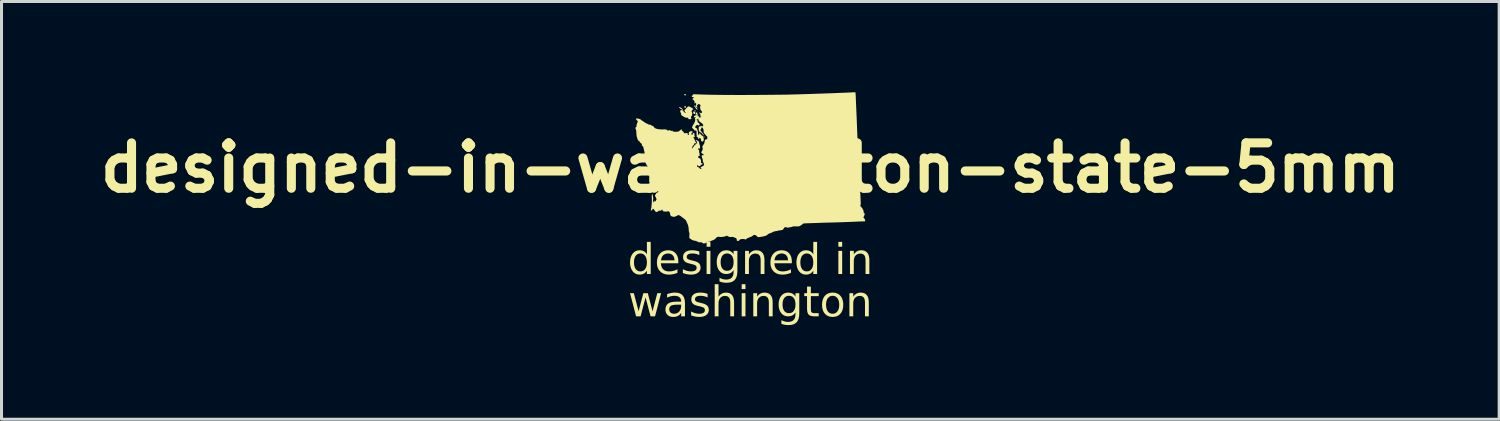
<source format=kicad_pcb>
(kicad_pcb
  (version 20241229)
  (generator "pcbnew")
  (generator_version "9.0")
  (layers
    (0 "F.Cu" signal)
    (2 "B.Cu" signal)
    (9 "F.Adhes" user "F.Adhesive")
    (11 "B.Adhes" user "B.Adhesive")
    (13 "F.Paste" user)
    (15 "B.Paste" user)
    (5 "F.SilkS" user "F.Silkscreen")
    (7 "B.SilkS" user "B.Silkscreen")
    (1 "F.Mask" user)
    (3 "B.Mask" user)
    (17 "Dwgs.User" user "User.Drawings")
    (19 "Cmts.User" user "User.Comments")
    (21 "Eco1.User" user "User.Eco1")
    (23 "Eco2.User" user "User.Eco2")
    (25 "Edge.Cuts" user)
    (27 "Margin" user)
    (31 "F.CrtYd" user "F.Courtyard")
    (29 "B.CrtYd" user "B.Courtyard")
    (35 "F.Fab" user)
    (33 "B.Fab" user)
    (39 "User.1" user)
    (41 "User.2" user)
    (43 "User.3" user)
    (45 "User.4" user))
  (footprint "designed-in-washington-state-5mm"
    (layer "F.Cu")
    (at 21.764 2.497)
    (property "Reference" "designed-in-washington-state-5mm" (at 0 0 0) (layer "F.SilkS") (effects (font (size 1.5 1.5) (thickness 0.3))))
    (attr board_only exclude_from_pos_files exclude_from_bom)
    (fp_poly (pts (xy -2.24 1.66) (xy -2.245 1.664) (xy -2.249 1.66) (xy -2.245 1.655)) (stroke (width 0) (type solid)) (fill yes) (layer "F.SilkS"))
    (fp_poly (pts (xy -2.149 1.742) (xy -2.153 1.746) (xy -2.158 1.742) (xy -2.153 1.737)) (stroke (width 0) (type solid)) (fill yes) (layer "F.SilkS"))
    (fp_poly (pts (xy -1.856 -1.495) (xy -1.861 -1.49) (xy -1.865 -1.495) (xy -1.861 -1.499)) (stroke (width 0) (type solid)) (fill yes) (layer "F.SilkS"))
    (fp_poly (pts (xy -1.756 -1.852) (xy -1.76 -1.847) (xy -1.765 -1.852) (xy -1.76 -1.856)) (stroke (width 0) (type solid)) (fill yes) (layer "F.SilkS"))
    (fp_poly (pts (xy -1.746 -2.053) (xy -1.751 -2.048) (xy -1.756 -2.053) (xy -1.751 -2.057)) (stroke (width 0) (type solid)) (fill yes) (layer "F.SilkS"))
    (fp_poly (pts (xy -1.71 -1.522) (xy -1.714 -1.518) (xy -1.719 -1.522) (xy -1.714 -1.527)) (stroke (width 0) (type solid)) (fill yes) (layer "F.SilkS"))
    (fp_poly (pts (xy -1.673 -1.724) (xy -1.678 -1.719) (xy -1.682 -1.724) (xy -1.678 -1.728)) (stroke (width 0) (type solid)) (fill yes) (layer "F.SilkS"))
    (fp_poly (pts (xy -1.628 -1.824) (xy -1.632 -1.82) (xy -1.637 -1.824) (xy -1.632 -1.829)) (stroke (width 0) (type solid)) (fill yes) (layer "F.SilkS"))
    (fp_poly (pts (xy -1.509 -1.028) (xy -1.502 -1.022) (xy -1.491 -1.007) (xy -1.495 -1.001) (xy -1.506 -1.003) (xy -1.516 -1.015) (xy -1.518 -1.022) (xy -1.516 -1.032)) (stroke (width 0) (type solid)) (fill yes) (layer "F.SilkS"))
    (fp_poly (pts (xy -1.816 -1.893) (xy -1.81 -1.884) (xy -1.807 -1.869) (xy -1.816 -1.865) (xy -1.837 -1.873) (xy -1.841 -1.876) (xy -1.852 -1.885) (xy -1.847 -1.893) (xy -1.846 -1.894) (xy -1.828 -1.901)) (stroke (width 0) (type solid)) (fill yes) (layer "F.SilkS"))
    (fp_poly (pts (xy -2.16 -2.434) (xy -2.134 -2.424) (xy -2.122 -2.406) (xy -2.121 -2.402) (xy -2.129 -2.398) (xy -2.149 -2.396) (xy -2.153 -2.396) (xy -2.175 -2.397) (xy -2.184 -2.405) (xy -2.185 -2.417) (xy -2.183 -2.432) (xy -2.171 -2.436)) (stroke (width 0) (type solid)) (fill yes) (layer "F.SilkS"))
    (fp_poly (pts (xy -2.138 -2.036) (xy -2.131 -2.021) (xy -2.13 -2.018) (xy -2.136 -1.995) (xy -2.149 -1.979) (xy -2.16 -1.975) (xy -2.166 -1.982) (xy -2.167 -1.989) (xy -2.174 -2.001) (xy -2.181 -2.002) (xy -2.193 -2.006) (xy -2.189 -2.017) (xy -2.178 -2.026) (xy -2.155 -2.038)) (stroke (width 0) (type solid)) (fill yes) (layer "F.SilkS"))
    (fp_poly (pts (xy -1.852 -1.865) (xy -1.84 -1.849) (xy -1.83 -1.831) (xy -1.824 -1.807) (xy -1.829 -1.792) (xy -1.844 -1.776) (xy -1.862 -1.777) (xy -1.879 -1.794) (xy -1.881 -1.799) (xy -1.891 -1.825) (xy -1.89 -1.842) (xy -1.877 -1.859) (xy -1.876 -1.859) (xy -1.863 -1.868)) (stroke (width 0) (type solid)) (fill yes) (layer "F.SilkS"))
    (fp_poly (pts (xy -2.335 -2.001) (xy -2.312 -1.993) (xy -2.286 -1.98) (xy -2.263 -1.963) (xy -2.249 -1.947) (xy -2.234 -1.924) (xy -2.231 -1.913) (xy -2.241 -1.912) (xy -2.263 -1.923) (xy -2.299 -1.945) (xy -2.303 -1.947) (xy -2.33 -1.966) (xy -2.35 -1.982) (xy -2.359 -1.992) (xy -2.359 -1.993) (xy -2.352 -2.002)) (stroke (width 0) (type solid)) (fill yes) (layer "F.SilkS"))
    (fp_poly (pts (xy -1.796 -1.842) (xy -1.782 -1.829) (xy -1.765 -1.81) (xy -1.748 -1.79) (xy -1.734 -1.771) (xy -1.728 -1.76) (xy -1.728 -1.759) (xy -1.731 -1.749) (xy -1.741 -1.755) (xy -1.759 -1.76) (xy -1.777 -1.756) (xy -1.795 -1.752) (xy -1.805 -1.754) (xy -1.806 -1.765) (xy -1.806 -1.787) (xy -1.805 -1.813) (xy -1.804 -1.835) (xy -1.802 -1.845)) (stroke (width 0) (type solid)) (fill yes) (layer "F.SilkS"))
    (fp_poly (pts (xy -1.823 -2.046) (xy -1.815 -2.032) (xy -1.796 -2.003) (xy -1.773 -1.976) (xy -1.772 -1.974) (xy -1.755 -1.953) (xy -1.747 -1.934) (xy -1.749 -1.922) (xy -1.755 -1.92) (xy -1.767 -1.926) (xy -1.784 -1.941) (xy -1.788 -1.944) (xy -1.807 -1.968) (xy -1.821 -1.993) (xy -1.821 -1.995) (xy -1.832 -2.013) (xy -1.844 -2.021) (xy -1.854 -2.028) (xy -1.854 -2.044) (xy -1.849 -2.062) (xy -1.838 -2.063)) (stroke (width 0) (type solid)) (fill yes) (layer "F.SilkS"))
    (fp_poly (pts (xy -2.022 -2.026) (xy -1.996 -2.015) (xy -1.96 -1.995) (xy -1.916 -1.966) (xy -1.881 -1.944) (xy -1.913 -1.916) (xy -1.936 -1.89) (xy -1.943 -1.865) (xy -1.933 -1.837) (xy -1.926 -1.825) (xy -1.916 -1.805) (xy -1.918 -1.791) (xy -1.921 -1.787) (xy -1.927 -1.768) (xy -1.926 -1.753) (xy -1.927 -1.732) (xy -1.944 -1.709) (xy -1.945 -1.708) (xy -1.961 -1.689) (xy -1.965 -1.675) (xy -1.959 -1.654) (xy -1.958 -1.65) (xy -1.951 -1.628) (xy -1.949 -1.615) (xy -1.949 -1.614) (xy -1.959 -1.611) (xy -1.981 -1.607) (xy -1.994 -1.605) (xy -2.02 -1.602) (xy -2.034 -1.604) (xy -2.04 -1.613) (xy -2.041 -1.618) (xy -2.05 -1.632) (xy -2.059 -1.635) (xy -2.068 -1.639) (xy -2.068 -1.649) (xy -2.069 -1.66) (xy -2.079 -1.658) (xy -2.083 -1.656) (xy -2.107 -1.652) (xy -2.14 -1.658) (xy -2.178 -1.673) (xy -2.216 -1.695) (xy -2.238 -1.709) (xy -2.254 -1.718) (xy -2.258 -1.719) (xy -2.267 -1.726) (xy -2.278 -1.744) (xy -2.288 -1.764) (xy -2.291 -1.779) (xy -2.291 -1.782) (xy -2.292 -1.794) (xy -2.295 -1.797) (xy -2.302 -1.809) (xy -2.304 -1.824) (xy -2.308 -1.842) (xy -2.315 -1.849) (xy -2.321 -1.859) (xy -2.319 -1.876) (xy -2.311 -1.893) (xy -2.298 -1.903) (xy -2.297 -1.904) (xy -2.271 -1.905) (xy -2.246 -1.902) (xy -2.228 -1.895) (xy -2.222 -1.887) (xy -2.215 -1.873) (xy -2.199 -1.853) (xy -2.179 -1.833) (xy -2.159 -1.818) (xy -2.144 -1.812) (xy -2.143 -1.812) (xy -2.131 -1.82) (xy -2.133 -1.829) (xy -2.149 -1.836) (xy -2.163 -1.843) (xy -2.163 -1.853) (xy -2.165 -1.87) (xy -2.173 -1.879) (xy -2.179 -1.883) (xy -2.182 -1.888) (xy -2.18 -1.896) (xy -2.171 -1.908) (xy -2.154 -1.927) (xy -2.127 -1.956) (xy -2.103 -1.982) (xy -2.08 -2.006) (xy -2.061 -2.021) (xy -2.042 -2.028)) (stroke (width 0) (type solid)) (fill yes) (layer "F.SilkS"))
    (fp_poly (pts (xy 3.478 -2.471) (xy 3.48 -2.453) (xy 3.482 -2.421) (xy 3.485 -2.378) (xy 3.487 -2.329) (xy 3.488 -2.309) (xy 3.49 -2.264) (xy 3.492 -2.204) (xy 3.495 -2.134) (xy 3.499 -2.057) (xy 3.502 -1.977) (xy 3.506 -1.896) (xy 3.506 -1.879) (xy 3.51 -1.79) (xy 3.515 -1.691) (xy 3.519 -1.588) (xy 3.523 -1.487) (xy 3.527 -1.393) (xy 3.529 -1.321) (xy 3.532 -1.245) (xy 3.536 -1.156) (xy 3.54 -1.058) (xy 3.545 -0.955) (xy 3.55 -0.853) (xy 3.555 -0.756) (xy 3.557 -0.713) (xy 3.562 -0.629) (xy 3.567 -0.531) (xy 3.572 -0.423) (xy 3.578 -0.308) (xy 3.584 -0.191) (xy 3.59 -0.075) (xy 3.595 0.035) (xy 3.598 0.087) (xy 3.603 0.189) (xy 3.608 0.296) (xy 3.614 0.404) (xy 3.619 0.51) (xy 3.624 0.611) (xy 3.629 0.702) (xy 3.633 0.781) (xy 3.635 0.823) (xy 3.64 0.921) (xy 3.644 1.002) (xy 3.647 1.068) (xy 3.649 1.12) (xy 3.65 1.161) (xy 3.65 1.192) (xy 3.649 1.214) (xy 3.648 1.229) (xy 3.645 1.238) (xy 3.642 1.244) (xy 3.641 1.245) (xy 3.631 1.261) (xy 3.637 1.272) (xy 3.653 1.28) (xy 3.671 1.293) (xy 3.676 1.307) (xy 3.683 1.324) (xy 3.694 1.33) (xy 3.709 1.344) (xy 3.712 1.358) (xy 3.715 1.375) (xy 3.72 1.381) (xy 3.73 1.389) (xy 3.739 1.408) (xy 3.745 1.432) (xy 3.746 1.453) (xy 3.746 1.456) (xy 3.747 1.477) (xy 3.764 1.501) (xy 3.788 1.526) (xy 3.77 1.574) (xy 3.759 1.603) (xy 3.746 1.626) (xy 3.74 1.634) (xy 3.732 1.643) (xy 3.739 1.649) (xy 3.746 1.651) (xy 3.762 1.663) (xy 3.778 1.69) (xy 3.793 1.732) (xy 3.799 1.753) (xy 3.801 1.764) (xy 3.797 1.77) (xy 3.784 1.773) (xy 3.757 1.774) (xy 3.742 1.774) (xy 3.713 1.774) (xy 3.67 1.776) (xy 3.617 1.778) (xy 3.558 1.78) (xy 3.497 1.783) (xy 3.411 1.787) (xy 3.309 1.791) (xy 3.196 1.795) (xy 3.075 1.8) (xy 2.948 1.804) (xy 2.821 1.808) (xy 2.695 1.811) (xy 2.574 1.814) (xy 2.556 1.815) (xy 2.489 1.816) (xy 2.424 1.818) (xy 2.364 1.82) (xy 2.313 1.822) (xy 2.276 1.823) (xy 2.263 1.824) (xy 2.232 1.826) (xy 2.187 1.827) (xy 2.131 1.829) (xy 2.068 1.831) (xy 2.002 1.833) (xy 1.97 1.834) (xy 1.901 1.836) (xy 1.847 1.838) (xy 1.807 1.84) (xy 1.778 1.842) (xy 1.759 1.845) (xy 1.747 1.849) (xy 1.739 1.853) (xy 1.737 1.856) (xy 1.723 1.869) (xy 1.698 1.887) (xy 1.67 1.907) (xy 1.649 1.92) (xy 1.632 1.93) (xy 1.615 1.936) (xy 1.594 1.939) (xy 1.567 1.94) (xy 1.529 1.94) (xy 1.476 1.939) (xy 1.471 1.938) (xy 1.438 1.939) (xy 1.411 1.943) (xy 1.4 1.947) (xy 1.381 1.954) (xy 1.351 1.961) (xy 1.329 1.966) (xy 1.294 1.972) (xy 1.262 1.977) (xy 1.247 1.98) (xy 1.21 1.979) (xy 1.19 1.971) (xy 1.165 1.962) (xy 1.144 1.966) (xy 1.124 1.983) (xy 1.101 2.015) (xy 1.086 2.037) (xy 1.073 2.05) (xy 1.056 2.058) (xy 1.028 2.063) (xy 1.011 2.066) (xy 0.966 2.073) (xy 0.918 2.082) (xy 0.887 2.089) (xy 0.853 2.096) (xy 0.824 2.101) (xy 0.808 2.103) (xy 0.791 2.107) (xy 0.763 2.118) (xy 0.732 2.133) (xy 0.73 2.134) (xy 0.695 2.151) (xy 0.661 2.165) (xy 0.637 2.172) (xy 0.6 2.187) (xy 0.569 2.212) (xy 0.549 2.229) (xy 0.527 2.242) (xy 0.498 2.253) (xy 0.456 2.264) (xy 0.453 2.265) (xy 0.407 2.275) (xy 0.36 2.284) (xy 0.319 2.29) (xy 0.311 2.291) (xy 0.251 2.297) (xy 0.213 2.259) (xy 0.176 2.231) (xy 0.143 2.221) (xy 0.109 2.228) (xy 0.08 2.248) (xy 0.054 2.267) (xy 0.028 2.282) (xy 0.023 2.284) (xy -0.03 2.303) (xy -0.069 2.319) (xy -0.096 2.332) (xy -0.116 2.344) (xy -0.129 2.355) (xy -0.147 2.371) (xy -0.159 2.374) (xy -0.174 2.368) (xy -0.176 2.367) (xy -0.198 2.36) (xy -0.231 2.357) (xy -0.269 2.358) (xy -0.306 2.363) (xy -0.336 2.371) (xy -0.35 2.379) (xy -0.362 2.395) (xy -0.366 2.404) (xy -0.374 2.411) (xy -0.392 2.418) (xy -0.415 2.421) (xy -0.434 2.421) (xy -0.438 2.419) (xy -0.445 2.406) (xy -0.448 2.384) (xy -0.448 2.384) (xy -0.454 2.354) (xy -0.467 2.332) (xy -0.485 2.322) (xy -0.486 2.322) (xy -0.502 2.318) (xy -0.526 2.308) (xy -0.535 2.303) (xy -0.561 2.293) (xy -0.586 2.288) (xy -0.62 2.289) (xy -0.628 2.29) (xy -0.663 2.292) (xy -0.689 2.289) (xy -0.715 2.28) (xy -0.73 2.272) (xy -0.774 2.249) (xy -0.824 2.266) (xy -0.878 2.281) (xy -0.934 2.289) (xy -0.985 2.291) (xy -1.023 2.286) (xy -1.066 2.283) (xy -1.104 2.295) (xy -1.134 2.321) (xy -1.141 2.331) (xy -1.157 2.352) (xy -1.174 2.364) (xy -1.175 2.365) (xy -1.197 2.375) (xy -1.207 2.382) (xy -1.224 2.392) (xy -1.25 2.402) (xy -1.257 2.404) (xy -1.289 2.415) (xy -1.318 2.43) (xy -1.321 2.432) (xy -1.354 2.446) (xy -1.387 2.45) (xy -1.412 2.452) (xy -1.429 2.458) (xy -1.431 2.46) (xy -1.445 2.472) (xy -1.47 2.486) (xy -1.498 2.497) (xy -1.522 2.504) (xy -1.529 2.505) (xy -1.555 2.501) (xy -1.568 2.497) (xy -1.59 2.483) (xy -1.599 2.474) (xy -1.612 2.465) (xy -1.631 2.463) (xy -1.656 2.465) (xy -1.689 2.467) (xy -1.711 2.462) (xy -1.713 2.461) (xy -1.732 2.45) (xy -1.761 2.437) (xy -1.796 2.425) (xy -1.83 2.414) (xy -1.858 2.408) (xy -1.872 2.407) (xy -1.888 2.408) (xy -1.893 2.403) (xy -1.9 2.396) (xy -1.904 2.395) (xy -1.917 2.39) (xy -1.94 2.378) (xy -1.967 2.361) (xy -1.993 2.344) (xy -2.01 2.331) (xy -2.016 2.321) (xy -2.018 2.302) (xy -2.018 2.27) (xy -2.016 2.239) (xy -2.013 2.197) (xy -2.013 2.168) (xy -2.017 2.151) (xy -2.022 2.143) (xy -2.029 2.125) (xy -2.034 2.095) (xy -2.036 2.072) (xy -2.042 1.981) (xy -2.058 1.906) (xy -2.082 1.847) (xy -2.098 1.815) (xy -2.111 1.785) (xy -2.116 1.768) (xy -2.128 1.742) (xy -2.146 1.722) (xy -2.167 1.706) (xy -2.194 1.685) (xy -2.209 1.673) (xy -2.261 1.632) (xy -2.302 1.602) (xy -2.334 1.582) (xy -2.359 1.571) (xy -2.379 1.567) (xy -2.397 1.57) (xy -2.398 1.57) (xy -2.417 1.579) (xy -2.425 1.589) (xy -2.425 1.59) (xy -2.428 1.597) (xy -2.432 1.596) (xy -2.445 1.596) (xy -2.466 1.605) (xy -2.471 1.608) (xy -2.495 1.619) (xy -2.522 1.622) (xy -2.551 1.621) (xy -2.598 1.611) (xy -2.63 1.591) (xy -2.648 1.56) (xy -2.652 1.53) (xy -2.656 1.497) (xy -2.671 1.47) (xy -2.678 1.461) (xy -2.696 1.443) (xy -2.709 1.437) (xy -2.724 1.441) (xy -2.727 1.442) (xy -2.749 1.447) (xy -2.783 1.449) (xy -2.821 1.449) (xy -2.856 1.446) (xy -2.878 1.441) (xy -2.895 1.427) (xy -2.898 1.413) (xy -2.904 1.394) (xy -2.912 1.386) (xy -2.924 1.386) (xy -2.926 1.389) (xy -2.933 1.399) (xy -2.949 1.412) (xy -2.95 1.413) (xy -2.973 1.423) (xy -2.994 1.419) (xy -3.008 1.416) (xy -3.024 1.422) (xy -3.047 1.439) (xy -3.049 1.44) (xy -3.078 1.46) (xy -3.1 1.465) (xy -3.103 1.465) (xy -3.122 1.457) (xy -3.141 1.445) (xy -3.155 1.433) (xy -3.159 1.425) (xy -3.158 1.424) (xy -3.161 1.416) (xy -3.168 1.408) (xy -3.18 1.393) (xy -3.182 1.386) (xy -3.189 1.374) (xy -3.204 1.364) (xy -3.22 1.359) (xy -3.23 1.366) (xy -3.237 1.38) (xy -3.25 1.399) (xy -3.268 1.412) (xy -3.285 1.415) (xy -3.291 1.412) (xy -3.291 1.401) (xy -3.287 1.379) (xy -3.284 1.364) (xy -3.275 1.324) (xy -3.268 1.27) (xy -3.263 1.207) (xy -3.259 1.141) (xy -3.257 1.076) (xy -3.258 1.017) (xy -3.259 1.004) (xy -3.261 0.952) (xy -3.261 0.916) (xy -3.258 0.893) (xy -3.251 0.881) (xy -3.241 0.878) (xy -3.241 0.878) (xy -3.229 0.884) (xy -3.223 0.898) (xy -3.227 0.91) (xy -3.228 0.91) (xy -3.23 0.921) (xy -3.223 0.942) (xy -3.223 0.942) (xy -3.216 0.96) (xy -3.213 0.983) (xy -3.213 1.016) (xy -3.215 1.056) (xy -3.218 1.097) (xy -3.218 1.122) (xy -3.216 1.136) (xy -3.211 1.142) (xy -3.206 1.143) (xy -3.194 1.14) (xy -3.192 1.136) (xy -3.193 1.111) (xy -3.188 1.095) (xy -3.18 1.089) (xy -3.171 1.098) (xy -3.168 1.106) (xy -3.162 1.12) (xy -3.153 1.122) (xy -3.14 1.109) (xy -3.125 1.088) (xy -3.106 1.055) (xy -3.1 1.033) (xy -3.108 1.02) (xy -3.109 1.019) (xy -3.116 1.007) (xy -3.118 0.996) (xy -3.124 0.977) (xy -3.136 0.962) (xy -3.15 0.942) (xy -3.154 0.922) (xy -3.147 0.897) (xy -3.136 0.887) (xy -3.121 0.872) (xy -3.118 0.859) (xy -3.111 0.841) (xy -3.102 0.835) (xy -3.083 0.825) (xy -3.061 0.811) (xy -3.061 0.811) (xy -3.036 0.792) (xy -3.059 0.771) (xy -3.08 0.755) (xy -3.094 0.75) (xy -3.098 0.759) (xy -3.097 0.761) (xy -3.102 0.771) (xy -3.118 0.775) (xy -3.135 0.774) (xy -3.147 0.767) (xy -3.153 0.763) (xy -3.152 0.776) (xy -3.152 0.78) (xy -3.151 0.796) (xy -3.157 0.802) (xy -3.176 0.802) (xy -3.18 0.801) (xy -3.205 0.795) (xy -3.222 0.785) (xy -3.223 0.783) (xy -3.238 0.77) (xy -3.246 0.766) (xy -3.265 0.758) (xy -3.277 0.739) (xy -3.282 0.709) (xy -3.283 0.684) (xy -3.285 0.642) (xy -3.291 0.595) (xy -3.297 0.568) (xy -3.304 0.53) (xy -3.304 0.508) (xy -3.301 0.499) (xy -3.286 0.494) (xy -3.271 0.504) (xy -3.26 0.523) (xy -3.257 0.538) (xy -3.251 0.56) (xy -3.243 0.566) (xy -3.235 0.555) (xy -3.232 0.546) (xy -3.218 0.525) (xy -3.191 0.505) (xy -3.155 0.489) (xy -3.132 0.483) (xy -3.1 0.476) (xy -3.07 0.468) (xy -3.068 0.467) (xy -3.05 0.459) (xy -3.047 0.452) (xy -3.058 0.443) (xy -3.058 0.443) (xy -3.079 0.432) (xy -3.092 0.43) (xy -3.115 0.425) (xy -3.125 0.421) (xy -3.146 0.413) (xy -3.166 0.407) (xy -3.184 0.401) (xy -3.188 0.389) (xy -3.186 0.384) (xy -3.188 0.362) (xy -3.204 0.342) (xy -3.229 0.327) (xy -3.259 0.32) (xy -3.263 0.32) (xy -3.292 0.324) (xy -3.304 0.334) (xy -3.305 0.349) (xy -3.303 0.376) (xy -3.299 0.406) (xy -3.293 0.432) (xy -3.287 0.447) (xy -3.292 0.455) (xy -3.309 0.466) (xy -3.314 0.469) (xy -3.345 0.483) (xy -3.34 0.377) (xy -3.339 0.293) (xy -3.344 0.207) (xy -3.356 0.115) (xy -3.371 0.03) (xy -3.38 -0.011) (xy -3.389 -0.037) (xy -3.399 -0.053) (xy -3.406 -0.059) (xy -3.424 -0.078) (xy -3.433 -0.097) (xy -3.442 -0.119) (xy -3.452 -0.132) (xy -3.458 -0.143) (xy -3.464 -0.168) (xy -3.469 -0.207) (xy -3.474 -0.263) (xy -3.474 -0.27) (xy -3.48 -0.349) (xy -3.487 -0.415) (xy -3.494 -0.473) (xy -3.504 -0.527) (xy -3.515 -0.583) (xy -3.531 -0.645) (xy -3.539 -0.679) (xy -3.554 -0.71) (xy -3.571 -0.724) (xy -3.585 -0.734) (xy -3.588 -0.742) (xy -3.585 -0.758) (xy -3.589 -0.779) (xy -3.597 -0.797) (xy -3.607 -0.805) (xy -3.62 -0.811) (xy -3.636 -0.826) (xy -3.652 -0.844) (xy -3.662 -0.86) (xy -3.662 -0.868) (xy -3.667 -0.876) (xy -3.683 -0.887) (xy -3.688 -0.889) (xy -3.709 -0.902) (xy -3.721 -0.921) (xy -3.73 -0.948) (xy -3.738 -0.975) (xy -3.745 -0.996) (xy -3.748 -1.001) (xy -3.753 -1.015) (xy -3.758 -1.042) (xy -3.763 -1.079) (xy -3.767 -1.121) (xy -3.77 -1.163) (xy -3.771 -1.193) (xy -3.775 -1.23) (xy -3.785 -1.267) (xy -3.789 -1.278) (xy -3.806 -1.317) (xy -3.781 -1.34) (xy -3.765 -1.359) (xy -3.761 -1.377) (xy -3.763 -1.39) (xy -3.764 -1.413) (xy -3.76 -1.429) (xy -3.753 -1.444) (xy -3.743 -1.469) (xy -3.736 -1.488) (xy -3.721 -1.536) (xy -3.753 -1.57) (xy -3.776 -1.597) (xy -3.783 -1.616) (xy -3.774 -1.626) (xy -3.749 -1.629) (xy -3.74 -1.629) (xy -3.712 -1.625) (xy -3.692 -1.62) (xy -3.688 -1.617) (xy -3.671 -1.613) (xy -3.664 -1.614) (xy -3.65 -1.612) (xy -3.645 -1.605) (xy -3.636 -1.595) (xy -3.63 -1.595) (xy -3.619 -1.593) (xy -3.61 -1.582) (xy -3.598 -1.568) (xy -3.59 -1.563) (xy -3.58 -1.558) (xy -3.558 -1.545) (xy -3.53 -1.526) (xy -3.519 -1.518) (xy -3.49 -1.497) (xy -3.466 -1.481) (xy -3.452 -1.473) (xy -3.45 -1.472) (xy -3.436 -1.468) (xy -3.414 -1.458) (xy -3.389 -1.445) (xy -3.369 -1.433) (xy -3.359 -1.425) (xy -3.349 -1.422) (xy -3.342 -1.426) (xy -3.33 -1.429) (xy -3.311 -1.423) (xy -3.281 -1.407) (xy -3.251 -1.39) (xy -3.225 -1.377) (xy -3.212 -1.371) (xy -3.196 -1.361) (xy -3.191 -1.352) (xy -3.184 -1.337) (xy -3.165 -1.32) (xy -3.141 -1.303) (xy -3.127 -1.297) (xy -3.082 -1.283) (xy -3.025 -1.273) (xy -2.963 -1.267) (xy -2.904 -1.266) (xy -2.879 -1.267) (xy -2.825 -1.269) (xy -2.787 -1.264) (xy -2.762 -1.254) (xy -2.752 -1.243) (xy -2.739 -1.234) (xy -2.72 -1.23) (xy -2.705 -1.232) (xy -2.702 -1.234) (xy -2.687 -1.243) (xy -2.665 -1.241) (xy -2.644 -1.231) (xy -2.641 -1.229) (xy -2.619 -1.218) (xy -2.599 -1.22) (xy -2.576 -1.224) (xy -2.567 -1.22) (xy -2.567 -1.21) (xy -2.561 -1.2) (xy -2.537 -1.193) (xy -2.495 -1.19) (xy -2.447 -1.19) (xy -2.411 -1.192) (xy -2.386 -1.195) (xy -2.368 -1.202) (xy -2.35 -1.216) (xy -2.332 -1.231) (xy -2.306 -1.252) (xy -2.284 -1.266) (xy -2.272 -1.271) (xy -2.261 -1.268) (xy -2.266 -1.259) (xy -2.267 -1.258) (xy -2.272 -1.246) (xy -2.265 -1.234) (xy -2.252 -1.221) (xy -2.234 -1.206) (xy -2.222 -1.198) (xy -2.221 -1.198) (xy -2.213 -1.19) (xy -2.203 -1.172) (xy -2.199 -1.165) (xy -2.187 -1.144) (xy -2.175 -1.138) (xy -2.168 -1.139) (xy -2.15 -1.144) (xy -2.123 -1.147) (xy -2.112 -1.147) (xy -2.087 -1.147) (xy -2.075 -1.143) (xy -2.073 -1.132) (xy -2.074 -1.122) (xy -2.072 -1.101) (xy -2.058 -1.09) (xy -2.056 -1.089) (xy -2.035 -1.085) (xy -2.025 -1.088) (xy -2.027 -1.098) (xy -2.029 -1.1) (xy -2.036 -1.116) (xy -2.039 -1.139) (xy -2.039 -1.14) (xy -2.031 -1.169) (xy -2.007 -1.192) (xy -1.973 -1.206) (xy -1.95 -1.209) (xy -1.927 -1.209) (xy -1.917 -1.203) (xy -1.913 -1.188) (xy -1.913 -1.186) (xy -1.913 -1.168) (xy -1.917 -1.161) (xy -1.93 -1.156) (xy -1.941 -1.148) (xy -1.952 -1.138) (xy -1.952 -1.127) (xy -1.943 -1.107) (xy -1.93 -1.088) (xy -1.919 -1.079) (xy -1.913 -1.084) (xy -1.914 -1.098) (xy -1.911 -1.119) (xy -1.897 -1.139) (xy -1.876 -1.151) (xy -1.868 -1.152) (xy -1.855 -1.145) (xy -1.851 -1.127) (xy -1.849 -1.102) (xy -1.845 -1.07) (xy -1.843 -1.058) (xy -1.839 -1.032) (xy -1.84 -1.02) (xy -1.848 -1.015) (xy -1.86 -1.015) (xy -1.877 -1.012) (xy -1.884 -1.007) (xy -1.878 -0.985) (xy -1.865 -0.971) (xy -1.859 -0.969) (xy -1.849 -0.964) (xy -1.848 -0.946) (xy -1.849 -0.942) (xy -1.849 -0.92) (xy -1.841 -0.914) (xy -1.828 -0.907) (xy -1.82 -0.896) (xy -1.815 -0.881) (xy -1.819 -0.878) (xy -1.824 -0.871) (xy -1.823 -0.864) (xy -1.81 -0.852) (xy -1.8 -0.85) (xy -1.786 -0.847) (xy -1.786 -0.836) (xy -1.796 -0.82) (xy -1.815 -0.807) (xy -1.832 -0.808) (xy -1.848 -0.81) (xy -1.853 -0.8) (xy -1.854 -0.789) (xy -1.861 -0.765) (xy -1.883 -0.74) (xy -1.888 -0.736) (xy -1.907 -0.717) (xy -1.918 -0.7) (xy -1.919 -0.694) (xy -1.921 -0.675) (xy -1.924 -0.665) (xy -1.926 -0.646) (xy -1.922 -0.638) (xy -1.913 -0.636) (xy -1.906 -0.651) (xy -1.906 -0.653) (xy -1.896 -0.675) (xy -1.885 -0.688) (xy -1.87 -0.704) (xy -1.856 -0.726) (xy -1.84 -0.747) (xy -1.823 -0.761) (xy -1.805 -0.775) (xy -1.798 -0.787) (xy -1.786 -0.802) (xy -1.774 -0.805) (xy -1.759 -0.808) (xy -1.758 -0.821) (xy -1.759 -0.825) (xy -1.763 -0.846) (xy -1.765 -0.857) (xy -1.771 -0.871) (xy -1.785 -0.887) (xy -1.798 -0.902) (xy -1.797 -0.913) (xy -1.793 -0.917) (xy -1.782 -0.923) (xy -1.773 -0.912) (xy -1.773 -0.912) (xy -1.762 -0.901) (xy -1.755 -0.901) (xy -1.747 -0.9) (xy -1.746 -0.897) (xy -1.739 -0.888) (xy -1.73 -0.887) (xy -1.713 -0.879) (xy -1.7 -0.857) (xy -1.692 -0.828) (xy -1.691 -0.816) (xy -1.687 -0.789) (xy -1.678 -0.765) (xy -1.668 -0.738) (xy -1.665 -0.715) (xy -1.664 -0.686) (xy -1.662 -0.663) (xy -1.662 -0.645) (xy -1.668 -0.638) (xy -1.687 -0.636) (xy -1.694 -0.637) (xy -1.717 -0.636) (xy -1.726 -0.631) (xy -1.727 -0.617) (xy -1.726 -0.614) (xy -1.72 -0.595) (xy -1.706 -0.591) (xy -1.696 -0.59) (xy -1.692 -0.581) (xy -1.693 -0.56) (xy -1.694 -0.548) (xy -1.694 -0.513) (xy -1.687 -0.494) (xy -1.686 -0.493) (xy -1.678 -0.475) (xy -1.679 -0.456) (xy -1.68 -0.433) (xy -1.674 -0.417) (xy -1.669 -0.403) (xy -1.68 -0.394) (xy -1.689 -0.393) (xy -1.709 -0.385) (xy -1.724 -0.367) (xy -1.728 -0.35) (xy -1.72 -0.335) (xy -1.695 -0.319) (xy -1.687 -0.316) (xy -1.661 -0.303) (xy -1.648 -0.29) (xy -1.646 -0.277) (xy -1.642 -0.261) (xy -1.635 -0.256) (xy -1.63 -0.248) (xy -1.63 -0.225) (xy -1.631 -0.212) (xy -1.633 -0.179) (xy -1.626 -0.159) (xy -1.608 -0.148) (xy -1.596 -0.145) (xy -1.579 -0.137) (xy -1.578 -0.126) (xy -1.593 -0.113) (xy -1.6 -0.11) (xy -1.623 -0.097) (xy -1.639 -0.083) (xy -1.66 -0.064) (xy -1.686 -0.05) (xy -1.705 -0.046) (xy -1.718 -0.053) (xy -1.729 -0.071) (xy -1.739 -0.096) (xy -1.751 -0.073) (xy -1.763 -0.047) (xy -1.761 -0.032) (xy -1.748 -0.029) (xy -1.731 -0.025) (xy -1.706 -0.008) (xy -1.687 0.008) (xy -1.664 0.029) (xy -1.649 0.039) (xy -1.639 0.04) (xy -1.629 0.034) (xy -1.627 0.031) (xy -1.615 0.019) (xy -1.617 0.012) (xy -1.633 0.005) (xy -1.649 -0.003) (xy -1.65 -0.01) (xy -1.64 -0.019) (xy -1.621 -0.031) (xy -1.594 -0.045) (xy -1.58 -0.051) (xy -1.553 -0.064) (xy -1.538 -0.079) (xy -1.534 -0.099) (xy -1.539 -0.13) (xy -1.547 -0.16) (xy -1.557 -0.185) (xy -1.568 -0.204) (xy -1.571 -0.206) (xy -1.579 -0.217) (xy -1.575 -0.231) (xy -1.572 -0.236) (xy -1.565 -0.253) (xy -1.571 -0.267) (xy -1.574 -0.272) (xy -1.584 -0.291) (xy -1.593 -0.319) (xy -1.595 -0.329) (xy -1.601 -0.356) (xy -1.608 -0.377) (xy -1.611 -0.382) (xy -1.613 -0.395) (xy -1.603 -0.408) (xy -1.585 -0.415) (xy -1.567 -0.415) (xy -1.549 -0.415) (xy -1.541 -0.419) (xy -1.543 -0.431) (xy -1.555 -0.447) (xy -1.572 -0.46) (xy -1.587 -0.466) (xy -1.587 -0.466) (xy -1.599 -0.473) (xy -1.613 -0.489) (xy -1.621 -0.504) (xy -1.622 -0.516) (xy -1.614 -0.532) (xy -1.6 -0.553) (xy -1.582 -0.587) (xy -1.573 -0.621) (xy -1.574 -0.649) (xy -1.582 -0.664) (xy -1.588 -0.682) (xy -1.583 -0.707) (xy -1.57 -0.735) (xy -1.553 -0.758) (xy -1.529 -0.793) (xy -1.517 -0.834) (xy -1.509 -0.877) (xy -1.503 -0.905) (xy -1.497 -0.922) (xy -1.492 -0.93) (xy -1.486 -0.932) (xy -1.481 -0.933) (xy -1.459 -0.936) (xy -1.443 -0.942) (xy -1.429 -0.952) (xy -1.423 -0.968) (xy -1.422 -0.992) (xy -1.424 -1.021) (xy -1.433 -1.038) (xy -1.445 -1.048) (xy -1.464 -1.064) (xy -1.476 -1.077) (xy -1.486 -1.092) (xy -1.504 -1.113) (xy -1.514 -1.125) (xy -1.532 -1.146) (xy -1.541 -1.165) (xy -1.545 -1.19) (xy -1.545 -1.214) (xy -1.547 -1.245) (xy -1.55 -1.267) (xy -1.554 -1.275) (xy -1.562 -1.288) (xy -1.563 -1.299) (xy -1.572 -1.317) (xy -1.587 -1.326) (xy -1.611 -1.331) (xy -1.622 -1.324) (xy -1.621 -1.306) (xy -1.623 -1.286) (xy -1.637 -1.271) (xy -1.659 -1.254) (xy -1.635 -1.218) (xy -1.614 -1.189) (xy -1.592 -1.162) (xy -1.586 -1.155) (xy -1.565 -1.13) (xy -1.549 -1.104) (xy -1.54 -1.083) (xy -1.541 -1.071) (xy -1.55 -1.073) (xy -1.562 -1.087) (xy -1.585 -1.116) (xy -1.61 -1.143) (xy -1.633 -1.163) (xy -1.651 -1.174) (xy -1.658 -1.174) (xy -1.673 -1.177) (xy -1.686 -1.194) (xy -1.697 -1.221) (xy -1.705 -1.253) (xy -1.709 -1.288) (xy -1.709 -1.32) (xy -1.702 -1.346) (xy -1.695 -1.357) (xy -1.677 -1.367) (xy -1.664 -1.367) (xy -1.648 -1.369) (xy -1.642 -1.377) (xy -1.637 -1.386) (xy -1.627 -1.385) (xy -1.614 -1.377) (xy -1.593 -1.365) (xy -1.579 -1.366) (xy -1.569 -1.381) (xy -1.565 -1.389) (xy -1.558 -1.409) (xy -1.561 -1.425) (xy -1.574 -1.444) (xy -1.59 -1.462) (xy -1.604 -1.472) (xy -1.606 -1.472) (xy -1.62 -1.479) (xy -1.63 -1.49) (xy -1.642 -1.505) (xy -1.651 -1.509) (xy -1.67 -1.517) (xy -1.69 -1.537) (xy -1.707 -1.564) (xy -1.718 -1.592) (xy -1.719 -1.604) (xy -1.722 -1.623) (xy -1.728 -1.632) (xy -1.736 -1.63) (xy -1.737 -1.624) (xy -1.744 -1.608) (xy -1.753 -1.601) (xy -1.764 -1.592) (xy -1.758 -1.581) (xy -1.758 -1.581) (xy -1.75 -1.564) (xy -1.746 -1.539) (xy -1.746 -1.536) (xy -1.743 -1.511) (xy -1.731 -1.497) (xy -1.726 -1.495) (xy -1.708 -1.481) (xy -1.69 -1.459) (xy -1.689 -1.456) (xy -1.678 -1.434) (xy -1.678 -1.419) (xy -1.683 -1.412) (xy -1.7 -1.401) (xy -1.72 -1.4) (xy -1.733 -1.408) (xy -1.745 -1.415) (xy -1.761 -1.417) (xy -1.778 -1.413) (xy -1.783 -1.399) (xy -1.789 -1.384) (xy -1.796 -1.381) (xy -1.811 -1.373) (xy -1.823 -1.355) (xy -1.829 -1.336) (xy -1.821 -1.328) (xy -1.811 -1.326) (xy -1.793 -1.319) (xy -1.775 -1.303) (xy -1.775 -1.302) (xy -1.762 -1.28) (xy -1.749 -1.249) (xy -1.738 -1.215) (xy -1.732 -1.186) (xy -1.732 -1.165) (xy -1.732 -1.164) (xy -1.734 -1.144) (xy -1.729 -1.119) (xy -1.72 -1.096) (xy -1.71 -1.081) (xy -1.704 -1.079) (xy -1.695 -1.083) (xy -1.693 -1.097) (xy -1.695 -1.111) (xy -1.697 -1.134) (xy -1.691 -1.142) (xy -1.676 -1.136) (xy -1.652 -1.115) (xy -1.635 -1.097) (xy -1.611 -1.074) (xy -1.589 -1.058) (xy -1.574 -1.051) (xy -1.565 -1.05) (xy -1.559 -1.044) (xy -1.554 -1.031) (xy -1.549 -1.007) (xy -1.543 -0.969) (xy -1.539 -0.948) (xy -1.538 -0.919) (xy -1.545 -0.905) (xy -1.555 -0.891) (xy -1.558 -0.881) (xy -1.565 -0.869) (xy -1.583 -0.866) (xy -1.587 -0.867) (xy -1.616 -0.876) (xy -1.63 -0.896) (xy -1.63 -0.919) (xy -1.633 -0.946) (xy -1.646 -0.965) (xy -1.667 -0.987) (xy -1.689 -0.969) (xy -1.712 -0.954) (xy -1.724 -0.954) (xy -1.727 -0.968) (xy -1.726 -0.974) (xy -1.726 -0.993) (xy -1.739 -1.006) (xy -1.747 -1.011) (xy -1.771 -1.026) (xy -1.78 -1.041) (xy -1.775 -1.059) (xy -1.774 -1.06) (xy -1.769 -1.077) (xy -1.774 -1.084) (xy -1.779 -1.097) (xy -1.779 -1.125) (xy -1.778 -1.142) (xy -1.776 -1.187) (xy -1.782 -1.216) (xy -1.797 -1.23) (xy -1.819 -1.23) (xy -1.839 -1.228) (xy -1.849 -1.237) (xy -1.851 -1.242) (xy -1.861 -1.257) (xy -1.881 -1.278) (xy -1.893 -1.288) (xy -1.914 -1.307) (xy -1.927 -1.322) (xy -1.929 -1.328) (xy -1.925 -1.344) (xy -1.914 -1.37) (xy -1.898 -1.403) (xy -1.88 -1.437) (xy -1.862 -1.468) (xy -1.855 -1.478) (xy -1.839 -1.506) (xy -1.83 -1.533) (xy -1.829 -1.543) (xy -1.825 -1.566) (xy -1.818 -1.58) (xy -1.813 -1.587) (xy -1.797 -1.587) (xy -1.797 -1.582) (xy -1.789 -1.573) (xy -1.788 -1.573) (xy -1.78 -1.579) (xy -1.778 -1.582) (xy -1.781 -1.59) (xy -1.788 -1.591) (xy -1.797 -1.587) (xy -1.813 -1.587) (xy -1.812 -1.589) (xy -1.817 -1.591) (xy -1.829 -1.598) (xy -1.834 -1.615) (xy -1.831 -1.632) (xy -1.824 -1.64) (xy -1.814 -1.656) (xy -1.815 -1.667) (xy -1.826 -1.679) (xy -1.839 -1.681) (xy -1.847 -1.672) (xy -1.847 -1.669) (xy -1.852 -1.656) (xy -1.856 -1.655) (xy -1.863 -1.662) (xy -1.865 -1.68) (xy -1.859 -1.702) (xy -1.856 -1.71) (xy -1.84 -1.725) (xy -1.828 -1.728) (xy -1.804 -1.732) (xy -1.791 -1.738) (xy -1.766 -1.742) (xy -1.739 -1.732) (xy -1.718 -1.712) (xy -1.709 -1.695) (xy -1.695 -1.67) (xy -1.671 -1.66) (xy -1.652 -1.662) (xy -1.64 -1.671) (xy -1.641 -1.681) (xy -1.645 -1.7) (xy -1.649 -1.727) (xy -1.65 -1.731) (xy -1.656 -1.767) (xy -1.663 -1.789) (xy -1.674 -1.8) (xy -1.685 -1.805) (xy -1.698 -1.811) (xy -1.695 -1.82) (xy -1.694 -1.821) (xy -1.682 -1.826) (xy -1.665 -1.819) (xy -1.66 -1.816) (xy -1.637 -1.806) (xy -1.619 -1.81) (xy -1.599 -1.827) (xy -1.596 -1.849) (xy -1.612 -1.875) (xy -1.63 -1.893) (xy -1.641 -1.909) (xy -1.651 -1.938) (xy -1.657 -1.962) (xy -1.662 -1.995) (xy -1.662 -2.016) (xy -1.657 -2.031) (xy -1.652 -2.039) (xy -1.644 -2.054) (xy -1.645 -2.064) (xy -1.657 -2.078) (xy -1.666 -2.086) (xy -1.686 -2.102) (xy -1.7 -2.111) (xy -1.702 -2.112) (xy -1.713 -2.106) (xy -1.732 -2.092) (xy -1.744 -2.081) (xy -1.764 -2.062) (xy -1.772 -2.051) (xy -1.769 -2.041) (xy -1.761 -2.031) (xy -1.75 -2.011) (xy -1.75 -1.997) (xy -1.756 -1.988) (xy -1.764 -1.99) (xy -1.778 -2.002) (xy -1.801 -2.029) (xy -1.806 -2.055) (xy -1.796 -2.083) (xy -1.796 -2.083) (xy -1.786 -2.102) (xy -1.787 -2.115) (xy -1.798 -2.129) (xy -1.815 -2.146) (xy -1.826 -2.146) (xy -1.829 -2.135) (xy -1.833 -2.123) (xy -1.837 -2.121) (xy -1.842 -2.129) (xy -1.844 -2.15) (xy -1.844 -2.162) (xy -1.844 -2.187) (xy -1.85 -2.205) (xy -1.865 -2.223) (xy -1.881 -2.239) (xy -1.92 -2.275) (xy -1.897 -2.29) (xy -1.881 -2.306) (xy -1.874 -2.323) (xy -1.878 -2.335) (xy -1.891 -2.339) (xy -1.904 -2.338) (xy -1.928 -2.341) (xy -1.937 -2.353) (xy -1.93 -2.373) (xy -1.909 -2.399) (xy -1.908 -2.4) (xy -1.876 -2.432) (xy -1.782 -2.428) (xy -1.666 -2.423) (xy -1.533 -2.419) (xy -1.384 -2.415) (xy -1.22 -2.412) (xy -1.043 -2.41) (xy -0.854 -2.408) (xy -0.653 -2.407) (xy -0.443 -2.406) (xy -0.224 -2.406) (xy 0.003 -2.407) (xy 0.2 -2.408) (xy 0.332 -2.409) (xy 0.461 -2.41) (xy 0.586 -2.411) (xy 0.704 -2.412) (xy 0.815 -2.413) (xy 0.917 -2.414) (xy 1.009 -2.415) (xy 1.089 -2.416) (xy 1.155 -2.417) (xy 1.208 -2.417) (xy 1.244 -2.418) (xy 1.257 -2.418) (xy 1.304 -2.42) (xy 1.364 -2.422) (xy 1.432 -2.423) (xy 1.503 -2.425) (xy 1.572 -2.427) (xy 1.577 -2.427) (xy 1.646 -2.429) (xy 1.718 -2.431) (xy 1.787 -2.433) (xy 1.85 -2.435) (xy 1.899 -2.437) (xy 1.902 -2.437) (xy 1.943 -2.438) (xy 2 -2.44) (xy 2.067 -2.443) (xy 2.141 -2.445) (xy 2.219 -2.448) (xy 2.297 -2.45) (xy 2.309 -2.451) (xy 2.395 -2.453) (xy 2.49 -2.457) (xy 2.592 -2.461) (xy 2.698 -2.464) (xy 2.806 -2.469) (xy 2.912 -2.473) (xy 3.014 -2.477) (xy 3.111 -2.481) (xy 3.198 -2.484) (xy 3.274 -2.488) (xy 3.336 -2.49) (xy 3.366 -2.492) (xy 3.473 -2.497)) (stroke (width 0) (type solid)) (fill yes) (layer "F.SilkS"))
    (fp_text user "designed in" (at 0 3.1 0) (unlocked yes) (layer "F.SilkS") (effects (font (face "Dangrek") (size 1 1) (thickness 0.1))))
    (fp_text user "washington" (at 0 4.5 0) (unlocked yes) (layer "F.SilkS") (effects (font (face "Dangrek") (size 1 1) (thickness 0.1)))))
  (gr_rect
    (start -3 -3)
    (end 46.529 10.814)
    (stroke (width 0.1) (type default))
    (fill no)
    (layer "Edge.Cuts")))
</source>
